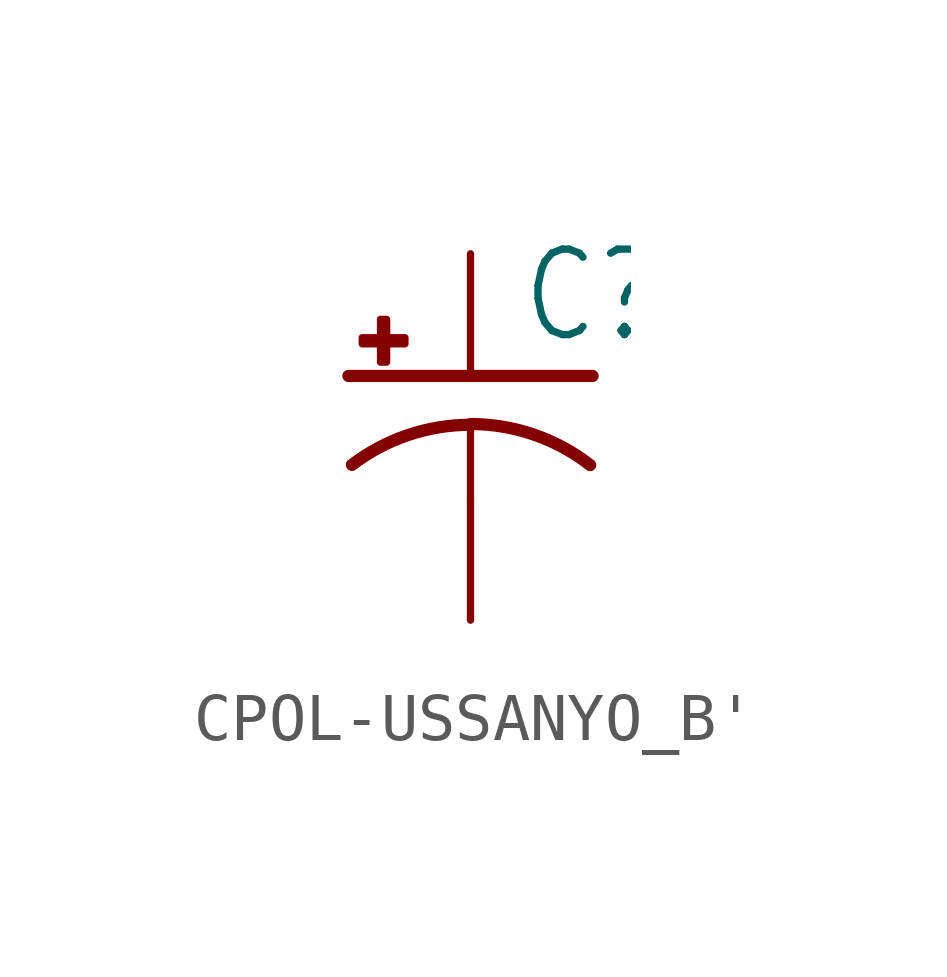
<source format=kicad_sym>
(kicad_symbol_lib
  (version 20231120)
  (generator "kicad_symbol_editor")
  (generator_version "8.0")
  (symbol "CPOL-USSANYO_B'"
    (property "Reference" "C"
      (at 1.016 0.635 0)
      (effects (font (size 1.778 1.511)) (justify left bottom)))
    (property "Value" ""
      (at 1.016 -4.191 0)
      (effects (font (size 1.778 1.511)) (justify left bottom)))
    (property "ki_locked" ""
      (at 0 0 0)
      (effects (font (size 1.27 1.27))))
    (symbol "CPOL-USSANYO_B'_1_0"
      (rectangle (start -2.253 0.668) (end -1.364 0.795) (stroke (width 0) (type default)) (fill (type outline)))
      (rectangle (start -1.872 0.287) (end -1.745 1.176) (stroke (width 0) (type default)) (fill (type outline)))
      (arc (start 0 -1.0161) (mid -1.3021 -1.2303) (end -2.4669 -1.8504) (stroke (width 0.254) (type solid)) (fill (type none)))
      (polyline (pts (xy -2.54 0) (xy 2.54 0)) (stroke (width 0.254) (type solid)) (fill (type none)))
      (polyline (pts (xy 0 -1.016) (xy 0 -2.54)) (stroke (width 0.152) (type solid)) (fill (type none)))
      (arc (start 2.4892 -1.8541) (mid 1.3158 -1.2194) (end 0 -1) (stroke (width 0.254) (type solid)) (fill (type none)))
      (pin passive line (at 0 2.54 270) (length 2.54) (name "+" (effects (font (size 0 0)))) (number "+" (effects (font (size 0 0)))))
      (pin passive line (at 0 -5.08 90) (length 2.54) (name "-" (effects (font (size 0 0)))) (number "-" (effects (font (size 0 0))))))))
</source>
